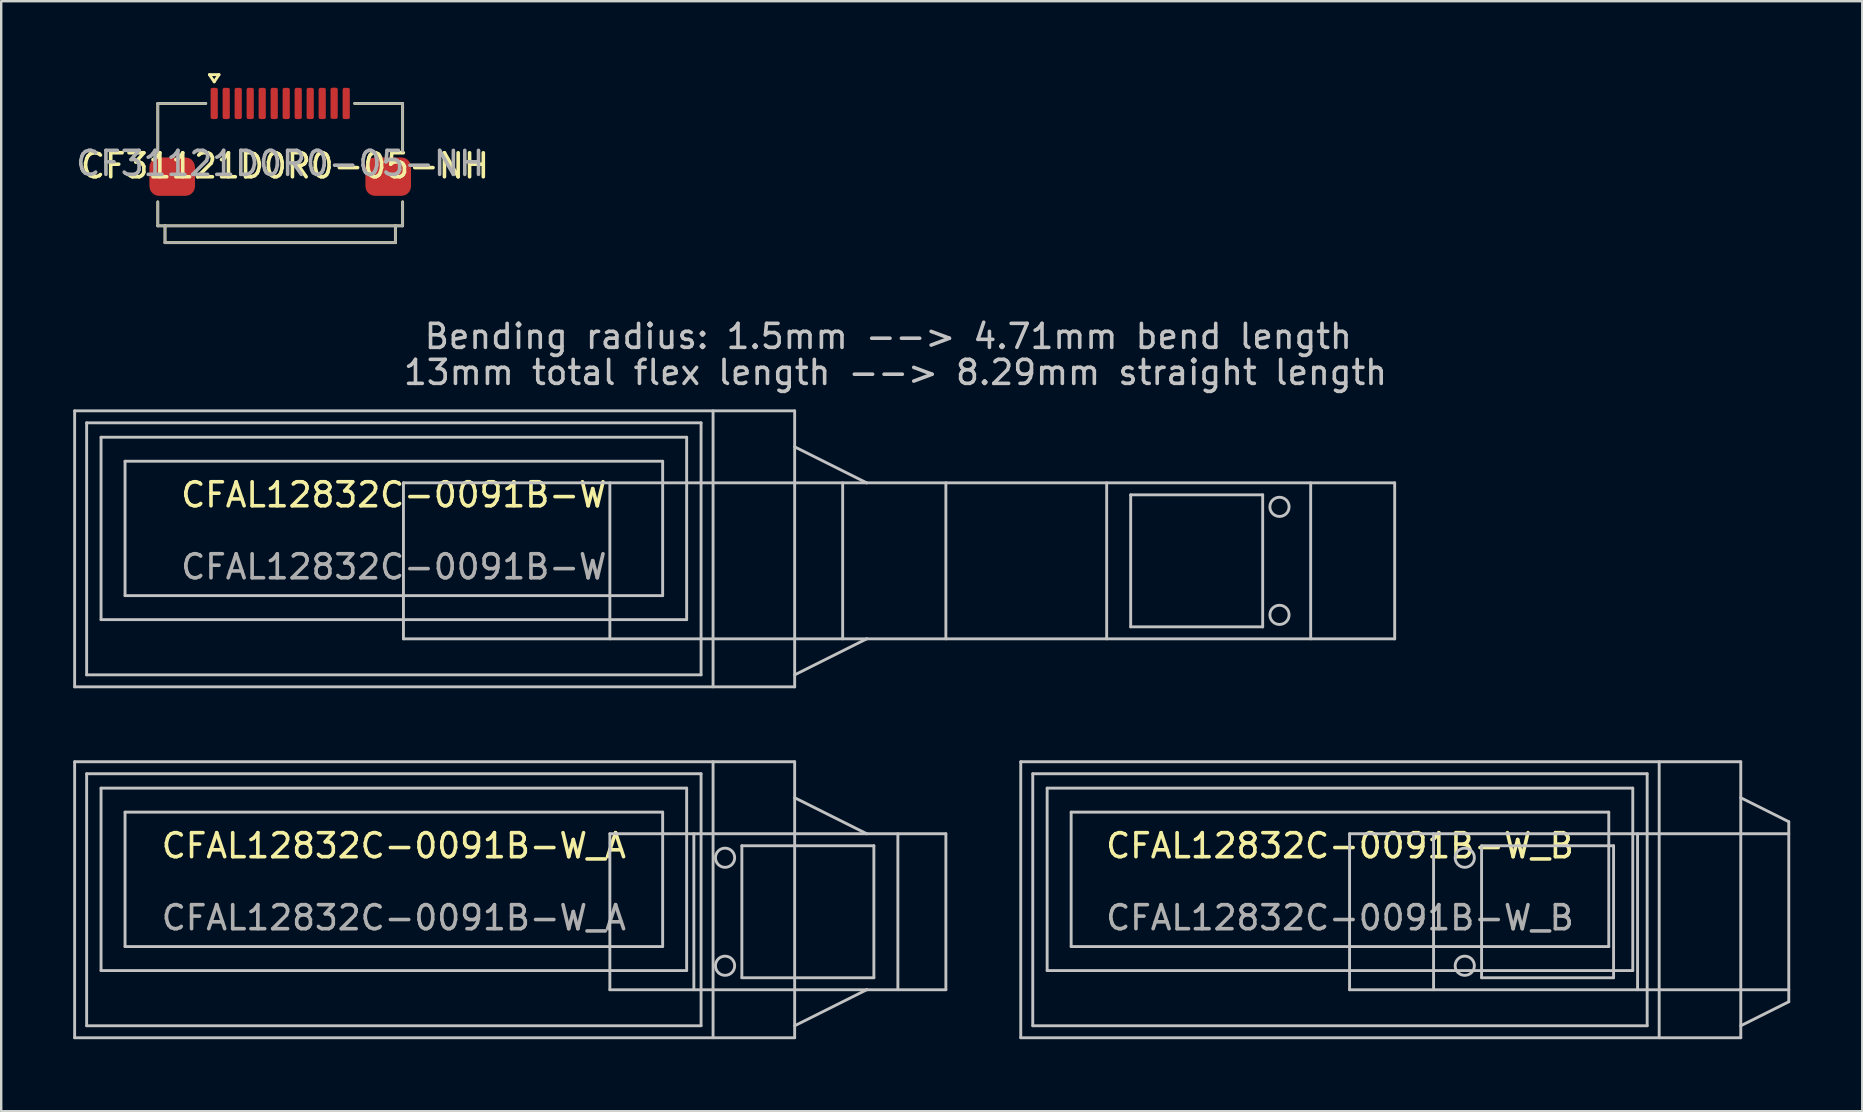
<source format=kicad_pcb>
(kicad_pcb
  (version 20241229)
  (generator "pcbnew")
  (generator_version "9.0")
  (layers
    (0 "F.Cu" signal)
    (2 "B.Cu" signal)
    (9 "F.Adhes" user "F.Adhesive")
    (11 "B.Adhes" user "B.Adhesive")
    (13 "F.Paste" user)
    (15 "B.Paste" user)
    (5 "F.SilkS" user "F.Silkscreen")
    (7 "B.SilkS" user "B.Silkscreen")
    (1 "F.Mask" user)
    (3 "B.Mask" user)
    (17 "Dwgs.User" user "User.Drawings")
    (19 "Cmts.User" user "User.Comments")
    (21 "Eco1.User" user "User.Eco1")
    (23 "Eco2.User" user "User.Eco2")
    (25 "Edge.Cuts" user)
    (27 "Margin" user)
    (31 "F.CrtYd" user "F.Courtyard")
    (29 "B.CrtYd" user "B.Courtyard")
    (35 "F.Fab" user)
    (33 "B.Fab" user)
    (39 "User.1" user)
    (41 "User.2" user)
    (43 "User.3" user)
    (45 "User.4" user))
  (footprint "CFAL12832C-0091B-W_B"
    (layer "F.Cu")
    (at 52.78 32.688)
    (property "Reference" "CFAL12832C-0091B-W_B" (at 0 -0.5 0) (unlocked yes) (layer "F.SilkS") (effects (font (size 1 1) (thickness 0.15))))
    (fp_line (start -13.3 -4) (end -13.3 7.5) (stroke (width 0.12) (type solid)) (layer "Dwgs.User"))
    (fp_line (start -13.3 7.5) (end 16.7 7.5) (stroke (width 0.12) (type solid)) (layer "Dwgs.User"))
    (fp_line (start -12.8 -3.5) (end -12.8 7) (stroke (width 0.12) (type solid)) (layer "Dwgs.User"))
    (fp_line (start -12.8 7) (end 12.8 7) (stroke (width 0.12) (type solid)) (layer "Dwgs.User"))
    (fp_line (start -12.2 -2.9) (end -12.2 4.7) (stroke (width 0.12) (type solid)) (layer "Dwgs.User"))
    (fp_line (start -12.2 4.7) (end 12.2 4.7) (stroke (width 0.12) (type solid)) (layer "Dwgs.User"))
    (fp_line (start -11.2 -1.9) (end -11.2 3.7) (stroke (width 0.12) (type solid)) (layer "Dwgs.User"))
    (fp_line (start -11.2 3.7) (end 11.2 3.7) (stroke (width 0.12) (type solid)) (layer "Dwgs.User"))
    (fp_line (start 0.4 -1) (end 0.4 5.5) (stroke (width 0.12) (type solid)) (layer "Dwgs.User"))
    (fp_line (start 3.9 5.5) (end 3.9 -1) (stroke (width 0.12) (type solid)) (layer "Dwgs.User"))
    (fp_line (start 5.9 -0.5) (end 11.4 -0.5) (stroke (width 0.12) (type solid)) (layer "Dwgs.User"))
    (fp_line (start 5.9 5) (end 5.9 -0.5) (stroke (width 0.12) (type solid)) (layer "Dwgs.User"))
    (fp_line (start 11.2 -1.9) (end -11.2 -1.9) (stroke (width 0.12) (type solid)) (layer "Dwgs.User"))
    (fp_line (start 11.2 3.7) (end 11.2 -1.9) (stroke (width 0.12) (type solid)) (layer "Dwgs.User"))
    (fp_line (start 11.4 -0.5) (end 11.4 5) (stroke (width 0.12) (type solid)) (layer "Dwgs.User"))
    (fp_line (start 11.4 5) (end 5.9 5) (stroke (width 0.12) (type solid)) (layer "Dwgs.User"))
    (fp_line (start 12.2 -2.9) (end -12.2 -2.9) (stroke (width 0.12) (type solid)) (layer "Dwgs.User"))
    (fp_line (start 12.2 4.7) (end 12.2 -2.9) (stroke (width 0.12) (type solid)) (layer "Dwgs.User"))
    (fp_line (start 12.4 5.5) (end 12.4 -1) (stroke (width 0.12) (type solid)) (layer "Dwgs.User"))
    (fp_line (start 12.8 -3.5) (end -12.8 -3.5) (stroke (width 0.12) (type solid)) (layer "Dwgs.User"))
    (fp_line (start 12.8 7) (end 12.8 -3.5) (stroke (width 0.12) (type solid)) (layer "Dwgs.User"))
    (fp_line (start 13.3 7.5) (end 13.3 -4) (stroke (width 0.12) (type solid)) (layer "Dwgs.User"))
    (fp_line (start 16.7 -4) (end -13.3 -4) (stroke (width 0.12) (type solid)) (layer "Dwgs.User"))
    (fp_line (start 16.7 7) (end 18.7 6) (stroke (width 0.12) (type solid)) (layer "Dwgs.User"))
    (fp_line (start 16.7 7.5) (end 16.7 -4) (stroke (width 0.12) (type solid)) (layer "Dwgs.User"))
    (fp_line (start 18.7 -1.5) (end 16.7 -2.5) (stroke (width 0.12) (type solid)) (layer "Dwgs.User"))
    (fp_line (start 18.7 -1.5) (end 18.7 6) (stroke (width 0.12) (type solid)) (layer "Dwgs.User"))
    (fp_line (start 18.7 -1) (end 0.4 -1) (stroke (width 0.12) (type solid)) (layer "Dwgs.User"))
    (fp_line (start 18.7 5.5) (end 0.4 5.5) (stroke (width 0.12) (type solid)) (layer "Dwgs.User"))
    (fp_circle (center 5.2 0) (end 4.8 0) (stroke (width 0.12) (type solid)) (fill no) (layer "Dwgs.User"))
    (fp_circle (center 5.2 4.5) (end 4.8 4.5) (stroke (width 0.12) (type solid)) (fill no) (layer "Dwgs.User"))
    (fp_text user "${REFERENCE}" (at 0 2.5 0) (unlocked yes) (layer "F.Fab") (effects (font (size 1 1) (thickness 0.15)))))
  (footprint "CFAL12832C-0091B-W_A"
    (layer "F.Cu")
    (at 13.36 32.688)
    (property "Reference" "CFAL12832C-0091B-W_A" (at 0 -0.5 0) (unlocked yes) (layer "F.SilkS") (effects (font (size 1 1) (thickness 0.15))))
    (fp_line (start -13.3 -4) (end -13.3 7.5) (stroke (width 0.12) (type solid)) (layer "Dwgs.User"))
    (fp_line (start -13.3 7.5) (end 16.7 7.5) (stroke (width 0.12) (type solid)) (layer "Dwgs.User"))
    (fp_line (start -12.8 -3.5) (end -12.8 7) (stroke (width 0.12) (type solid)) (layer "Dwgs.User"))
    (fp_line (start -12.8 7) (end 12.8 7) (stroke (width 0.12) (type solid)) (layer "Dwgs.User"))
    (fp_line (start -12.2 -2.9) (end -12.2 4.7) (stroke (width 0.12) (type solid)) (layer "Dwgs.User"))
    (fp_line (start -12.2 4.7) (end 12.2 4.7) (stroke (width 0.12) (type solid)) (layer "Dwgs.User"))
    (fp_line (start -11.2 -1.9) (end -11.2 3.7) (stroke (width 0.12) (type solid)) (layer "Dwgs.User"))
    (fp_line (start -11.2 3.7) (end 11.2 3.7) (stroke (width 0.12) (type solid)) (layer "Dwgs.User"))
    (fp_line (start 9 5.5) (end 9 -1) (stroke (width 0.12) (type solid)) (layer "Dwgs.User"))
    (fp_line (start 11.2 -1.9) (end -11.2 -1.9) (stroke (width 0.12) (type solid)) (layer "Dwgs.User"))
    (fp_line (start 11.2 3.7) (end 11.2 -1.9) (stroke (width 0.12) (type solid)) (layer "Dwgs.User"))
    (fp_line (start 12.2 -2.9) (end -12.2 -2.9) (stroke (width 0.12) (type solid)) (layer "Dwgs.User"))
    (fp_line (start 12.2 4.7) (end 12.2 -2.9) (stroke (width 0.12) (type solid)) (layer "Dwgs.User"))
    (fp_line (start 12.5 5.5) (end 12.5 -1) (stroke (width 0.12) (type solid)) (layer "Dwgs.User"))
    (fp_line (start 12.8 -3.5) (end -12.8 -3.5) (stroke (width 0.12) (type solid)) (layer "Dwgs.User"))
    (fp_line (start 12.8 7) (end 12.8 -3.5) (stroke (width 0.12) (type solid)) (layer "Dwgs.User"))
    (fp_line (start 13.3 7.5) (end 13.3 -4) (stroke (width 0.12) (type solid)) (layer "Dwgs.User"))
    (fp_line (start 14.5 -0.5) (end 20 -0.5) (stroke (width 0.12) (type solid)) (layer "Dwgs.User"))
    (fp_line (start 14.5 5) (end 14.5 -0.5) (stroke (width 0.12) (type solid)) (layer "Dwgs.User"))
    (fp_line (start 16.7 -4) (end -13.3 -4) (stroke (width 0.12) (type solid)) (layer "Dwgs.User"))
    (fp_line (start 16.7 7) (end 19.7 5.5) (stroke (width 0.12) (type solid)) (layer "Dwgs.User"))
    (fp_line (start 16.7 7.5) (end 16.7 -4) (stroke (width 0.12) (type solid)) (layer "Dwgs.User"))
    (fp_line (start 19.7 -1) (end 9 -1) (stroke (width 0.12) (type solid)) (layer "Dwgs.User"))
    (fp_line (start 19.7 -1) (end 16.7 -2.5) (stroke (width 0.12) (type solid)) (layer "Dwgs.User"))
    (fp_line (start 19.7 -1) (end 23 -1) (stroke (width 0.12) (type solid)) (layer "Dwgs.User"))
    (fp_line (start 19.7 5.5) (end 9 5.5) (stroke (width 0.12) (type solid)) (layer "Dwgs.User"))
    (fp_line (start 20 -0.5) (end 20 5) (stroke (width 0.12) (type solid)) (layer "Dwgs.User"))
    (fp_line (start 20 5) (end 14.5 5) (stroke (width 0.12) (type solid)) (layer "Dwgs.User"))
    (fp_line (start 21 5.5) (end 21 -1) (stroke (width 0.12) (type solid)) (layer "Dwgs.User"))
    (fp_line (start 23 5.5) (end 19.7 5.5) (stroke (width 0.12) (type solid)) (layer "Dwgs.User"))
    (fp_line (start 23 5.5) (end 23 -1) (stroke (width 0.12) (type solid)) (layer "Dwgs.User"))
    (fp_circle (center 13.8 0) (end 13.4 0) (stroke (width 0.12) (type solid)) (fill no) (layer "Dwgs.User"))
    (fp_circle (center 13.8 4.5) (end 13.4 4.5) (stroke (width 0.12) (type solid)) (fill no) (layer "Dwgs.User"))
    (fp_text user "${REFERENCE}" (at 0 2.5 0) (unlocked yes) (layer "F.Fab") (effects (font (size 1 1) (thickness 0.15)))))
  (footprint "CFAL12832C-0091B-W"
    (layer "F.Cu")
    (at 13.36 18.068)
    (property "Reference" "CFAL12832C-0091B-W" (at 0 -0.5 0) (unlocked yes) (layer "F.SilkS") (effects (font (size 1 1) (thickness 0.15))))
    (fp_line (start -13.3 -4) (end -13.3 7.5) (stroke (width 0.12) (type solid)) (layer "Dwgs.User"))
    (fp_line (start -13.3 7.5) (end 16.7 7.5) (stroke (width 0.12) (type solid)) (layer "Dwgs.User"))
    (fp_line (start -12.8 -3.5) (end -12.8 7) (stroke (width 0.12) (type solid)) (layer "Dwgs.User"))
    (fp_line (start -12.8 7) (end 12.8 7) (stroke (width 0.12) (type solid)) (layer "Dwgs.User"))
    (fp_line (start -12.2 -2.9) (end -12.2 4.7) (stroke (width 0.12) (type solid)) (layer "Dwgs.User"))
    (fp_line (start -12.2 4.7) (end 12.2 4.7) (stroke (width 0.12) (type solid)) (layer "Dwgs.User"))
    (fp_line (start -11.2 -1.9) (end -11.2 3.7) (stroke (width 0.12) (type solid)) (layer "Dwgs.User"))
    (fp_line (start -11.2 3.7) (end 11.2 3.7) (stroke (width 0.12) (type solid)) (layer "Dwgs.User"))
    (fp_line (start 0.4 -1) (end 0.4 5.5) (stroke (width 0.12) (type solid)) (layer "Dwgs.User"))
    (fp_line (start 9 5.5) (end 9 -1) (stroke (width 0.12) (type solid)) (layer "Dwgs.User"))
    (fp_line (start 11.2 -1.9) (end -11.2 -1.9) (stroke (width 0.12) (type solid)) (layer "Dwgs.User"))
    (fp_line (start 11.2 3.7) (end 11.2 -1.9) (stroke (width 0.12) (type solid)) (layer "Dwgs.User"))
    (fp_line (start 12.2 -2.9) (end -12.2 -2.9) (stroke (width 0.12) (type solid)) (layer "Dwgs.User"))
    (fp_line (start 12.2 4.7) (end 12.2 -2.9) (stroke (width 0.12) (type solid)) (layer "Dwgs.User"))
    (fp_line (start 12.8 -3.5) (end -12.8 -3.5) (stroke (width 0.12) (type solid)) (layer "Dwgs.User"))
    (fp_line (start 12.8 7) (end 12.8 -3.5) (stroke (width 0.12) (type solid)) (layer "Dwgs.User"))
    (fp_line (start 13.3 7.5) (end 13.3 -4) (stroke (width 0.12) (type solid)) (layer "Dwgs.User"))
    (fp_line (start 16.7 -4) (end -13.3 -4) (stroke (width 0.12) (type solid)) (layer "Dwgs.User"))
    (fp_line (start 16.7 7) (end 19.7 5.5) (stroke (width 0.12) (type solid)) (layer "Dwgs.User"))
    (fp_line (start 16.7 7.5) (end 16.7 -4) (stroke (width 0.12) (type solid)) (layer "Dwgs.User"))
    (fp_line (start 18.7 -1) (end 18.7 5.5) (stroke (width 0.12) (type solid)) (layer "Dwgs.User"))
    (fp_line (start 19.7 -1) (end 0.4 -1) (stroke (width 0.12) (type solid)) (layer "Dwgs.User"))
    (fp_line (start 19.7 -1) (end 16.7 -2.5) (stroke (width 0.12) (type solid)) (layer "Dwgs.User"))
    (fp_line (start 19.7 -1) (end 41.7 -1) (stroke (width 0.12) (type solid)) (layer "Dwgs.User"))
    (fp_line (start 19.7 5.5) (end 0.4 5.5) (stroke (width 0.12) (type solid)) (layer "Dwgs.User"))
    (fp_line (start 23 5.5) (end 23 -1) (stroke (width 0.12) (type solid)) (layer "Dwgs.User"))
    (fp_line (start 29.7 -1) (end 29.7 5.5) (stroke (width 0.12) (type solid)) (layer "Dwgs.User"))
    (fp_line (start 30.7 -0.5) (end 36.2 -0.5) (stroke (width 0.12) (type solid)) (layer "Dwgs.User"))
    (fp_line (start 30.7 5) (end 30.7 -0.5) (stroke (width 0.12) (type solid)) (layer "Dwgs.User"))
    (fp_line (start 36.2 -0.5) (end 36.2 5) (stroke (width 0.12) (type solid)) (layer "Dwgs.User"))
    (fp_line (start 36.2 5) (end 30.7 5) (stroke (width 0.12) (type solid)) (layer "Dwgs.User"))
    (fp_line (start 38.2 -1) (end 38.2 5.5) (stroke (width 0.12) (type solid)) (layer "Dwgs.User"))
    (fp_line (start 41.7 -1) (end 41.7 5.5) (stroke (width 0.12) (type solid)) (layer "Dwgs.User"))
    (fp_line (start 41.7 5.5) (end 19.7 5.5) (stroke (width 0.12) (type solid)) (layer "Dwgs.User"))
    (fp_circle (center 36.9 0) (end 37.3 0) (stroke (width 0.12) (type solid)) (fill no) (layer "Dwgs.User"))
    (fp_circle (center 36.9 4.5) (end 37.3 4.5) (stroke (width 0.12) (type solid)) (fill no) (layer "Dwgs.User"))
    (fp_text user "13mm total flex length --> 8.29mm straight length" (at 20.9 -5.6 0) (unlocked yes) (layer "Dwgs.User") (effects (font (size 1 1) (thickness 0.15))))
    (fp_text user "Bending radius: 1.5mm --> 4.71mm bend length" (at 20.6 -7.1 0) (unlocked yes) (layer "Dwgs.User") (effects (font (size 1 1) (thickness 0.15))))
    (fp_text user "${REFERENCE}" (at 0 2.5 0) (unlocked yes) (layer "F.Fab") (effects (font (size 1 1) (thickness 0.15)))))
  (footprint "CF31121D0R0-05-NH"
    (layer "F.Cu")
    (at 8.625 1.26)
    (property "Reference" "CF31121D0R0-05-NH" (at 0.2 2.6 0) (unlocked yes) (layer "F.SilkS") (effects (font (size 1 1) (thickness 0.15))))
    (attr smd)
    (fp_line (start -5.1 0) (end -5.1 2) (stroke (width 0.12) (type solid)) (layer "F.SilkS"))
    (fp_line (start -5.1 0) (end -3.1 0) (stroke (width 0.12) (type solid)) (layer "F.SilkS"))
    (fp_line (start -5.1 5.1) (end -5.1 4.1) (stroke (width 0.12) (type solid)) (layer "F.SilkS"))
    (fp_line (start -5.1 5.1) (end 5.1 5.1) (stroke (width 0.12) (type solid)) (layer "F.SilkS"))
    (fp_line (start -4.8 5.8) (end -4.8 5.1) (stroke (width 0.12) (type solid)) (layer "F.SilkS"))
    (fp_line (start -2.95 -1.2) (end -2.75 -0.9) (stroke (width 0.12) (type solid)) (layer "F.SilkS"))
    (fp_line (start -2.75 -0.9) (end -2.55 -1.2) (stroke (width 0.12) (type solid)) (layer "F.SilkS"))
    (fp_line (start -2.55 -1.2) (end -2.95 -1.2) (stroke (width 0.12) (type solid)) (layer "F.SilkS"))
    (fp_line (start 4.8 5.1) (end 4.8 5.8) (stroke (width 0.12) (type solid)) (layer "F.SilkS"))
    (fp_line (start 4.8 5.8) (end -4.8 5.8) (stroke (width 0.12) (type solid)) (layer "F.SilkS"))
    (fp_line (start 5.1 0) (end 3.1 0) (stroke (width 0.12) (type solid)) (layer "F.SilkS"))
    (fp_line (start 5.1 2) (end 5.1 0) (stroke (width 0.12) (type solid)) (layer "F.SilkS"))
    (fp_line (start 5.1 5.1) (end 5.1 4.1) (stroke (width 0.12) (type solid)) (layer "F.SilkS"))
    (fp_line (start -5.1 0) (end -5.1 2) (stroke (width 0.1) (type solid)) (layer "F.Fab"))
    (fp_line (start -5.1 4.1) (end -5.1 5.1) (stroke (width 0.1) (type solid)) (layer "F.Fab"))
    (fp_line (start -5.1 5.1) (end 5.1 5.1) (stroke (width 0.1) (type solid)) (layer "F.Fab"))
    (fp_line (start -4.8 5.8) (end -4.8 5.1) (stroke (width 0.1) (type solid)) (layer "F.Fab"))
    (fp_line (start -3.1 0) (end -5.1 0) (stroke (width 0.1) (type solid)) (layer "F.Fab"))
    (fp_line (start 4.8 5.1) (end 4.8 5.8) (stroke (width 0.1) (type solid)) (layer "F.Fab"))
    (fp_line (start 4.8 5.8) (end -4.8 5.8) (stroke (width 0.1) (type solid)) (layer "F.Fab"))
    (fp_line (start 5.1 0) (end 3.1 0) (stroke (width 0.1) (type solid)) (layer "F.Fab"))
    (fp_line (start 5.1 2) (end 5.1 0) (stroke (width 0.1) (type solid)) (layer "F.Fab"))
    (fp_line (start 5.1 5.1) (end 5.1 4.1) (stroke (width 0.1) (type solid)) (layer "F.Fab"))
    (fp_text user "${REFERENCE}" (at 0 2.5 0) (unlocked yes) (layer "F.Fab") (effects (font (size 1 1) (thickness 0.15))))
    (pad "1" smd roundrect (at -2.75 0) (size 0.3 1.3) (layers "F.Cu" "F.Mask" "F.Paste") (roundrect_rratio 0.25))
    (pad "2" smd roundrect (at -2.25 0) (size 0.3 1.3) (layers "F.Cu" "F.Mask" "F.Paste") (roundrect_rratio 0.25))
    (pad "3" smd roundrect (at -1.75 0) (size 0.3 1.3) (layers "F.Cu" "F.Mask" "F.Paste") (roundrect_rratio 0.25))
    (pad "4" smd roundrect (at -1.25 0) (size 0.3 1.3) (layers "F.Cu" "F.Mask" "F.Paste") (roundrect_rratio 0.25))
    (pad "5" smd roundrect (at -0.75 0) (size 0.3 1.3) (layers "F.Cu" "F.Mask" "F.Paste") (roundrect_rratio 0.25))
    (pad "6" smd roundrect (at -0.25 0) (size 0.3 1.3) (layers "F.Cu" "F.Mask" "F.Paste") (roundrect_rratio 0.25))
    (pad "7" smd roundrect (at 0.25 0) (size 0.3 1.3) (layers "F.Cu" "F.Mask" "F.Paste") (roundrect_rratio 0.25))
    (pad "8" smd roundrect (at 0.75 0) (size 0.3 1.3) (layers "F.Cu" "F.Mask" "F.Paste") (roundrect_rratio 0.25))
    (pad "9" smd roundrect (at 1.25 0) (size 0.3 1.3) (layers "F.Cu" "F.Mask" "F.Paste") (roundrect_rratio 0.25))
    (pad "10" smd roundrect (at 1.75 0) (size 0.3 1.3) (layers "F.Cu" "F.Mask" "F.Paste") (roundrect_rratio 0.25))
    (pad "11" smd roundrect (at 2.246 -0.006) (size 0.3 1.3) (layers "F.Cu" "F.Mask" "F.Paste") (roundrect_rratio 0.25))
    (pad "12" smd roundrect (at 2.75 0) (size 0.3 1.3) (layers "F.Cu" "F.Mask" "F.Paste") (roundrect_rratio 0.25))
    (pad "MP" smd roundrect (at -4.5 3.05) (size 1.9 1.6) (layers "F.Cu" "F.Mask" "F.Paste") (roundrect_rratio 0.25))
    (pad "MP" smd roundrect (at 4.5 3.05) (size 1.9 1.6) (layers "F.Cu" "F.Mask" "F.Paste") (roundrect_rratio 0.25)))
  (gr_rect
    (start -3 -3)
    (end 74.54 43.248)
    (stroke (width 0.1) (type default))
    (fill no)
    (layer "Edge.Cuts")))
</source>
